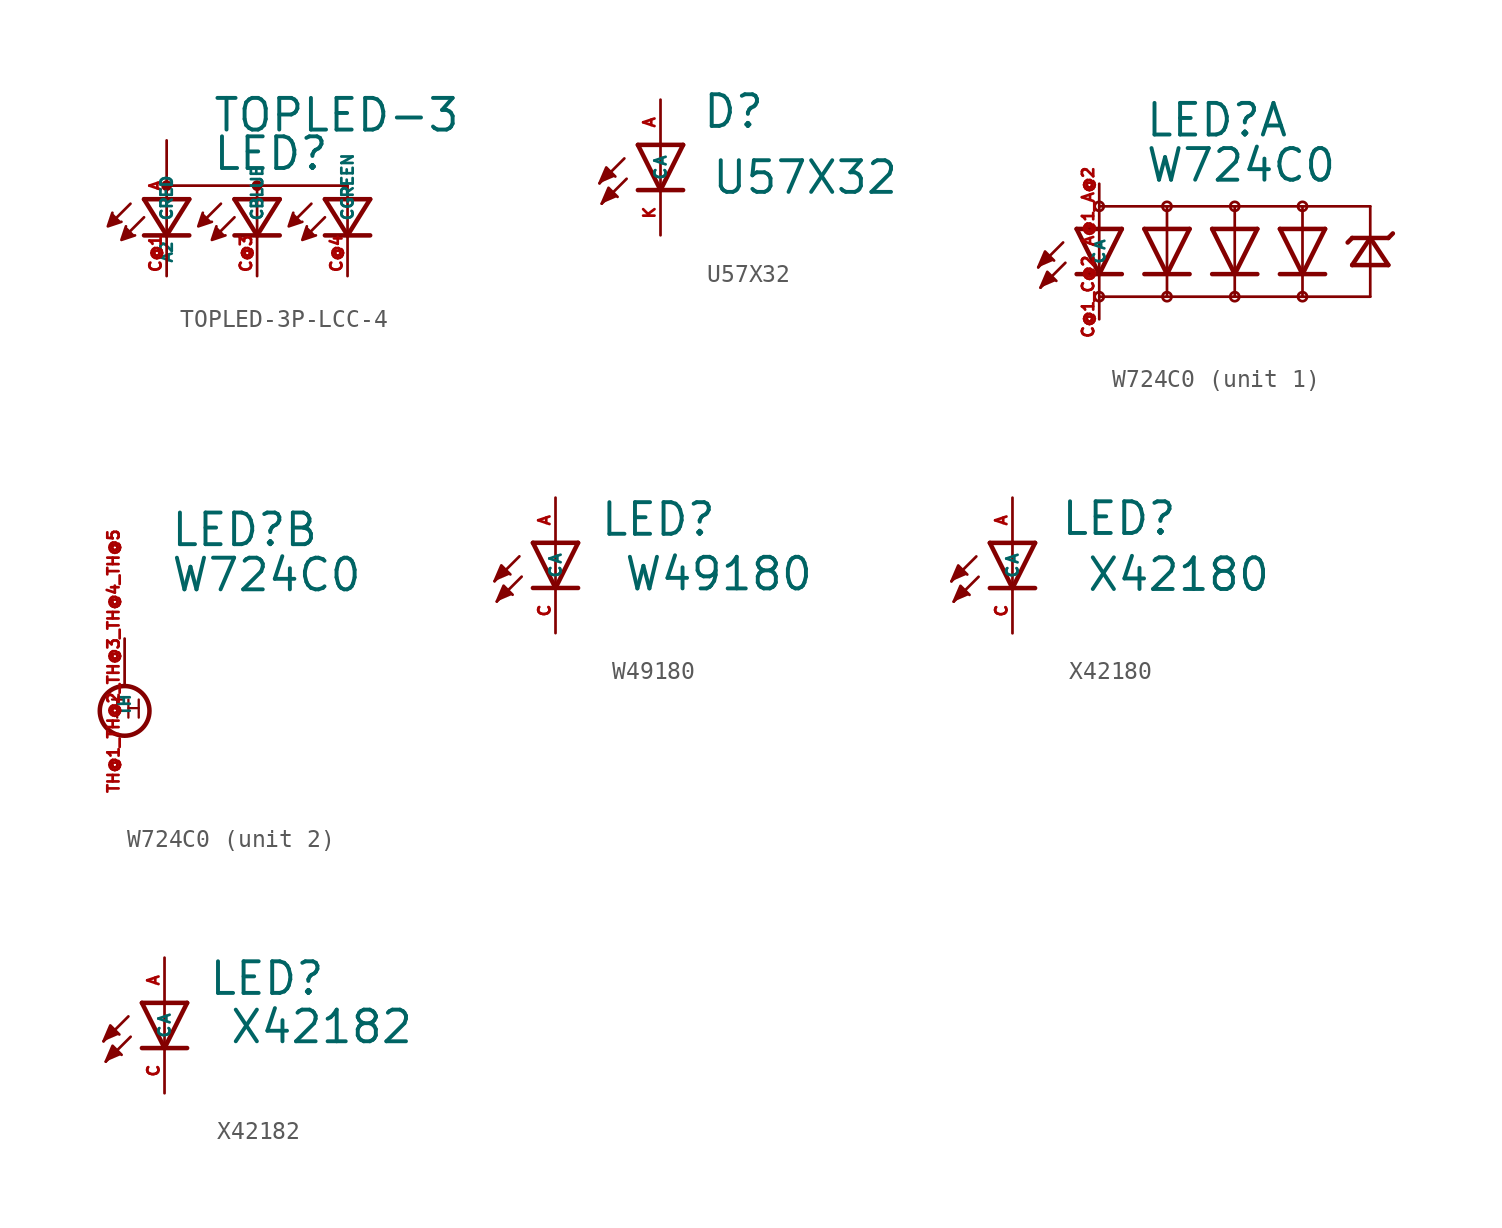
<source format=kicad_sym>
(kicad_symbol_lib
  (version 20220914)
  (generator kicad_symbol_editor)
  (symbol "TOPLED-3P-LCC-4"
    (property "Reference" "LED"
      (at -2.54 3.302 0)
      (effects (font (size 1.778 1.778) (thickness 0.22)) (justify left bottom)))
    (property "Value" "TOPLED-3"
      (at -2.54 5.461 0)
      (effects (font (size 1.778 1.778) (thickness 0.22)) (justify left bottom)))
    (symbol "TOPLED-3P-LCC-4_1_1"
      (circle (center -5.08 2.54) (radius 0.18) (stroke (width 0.254) (type default)) (fill (type none)))
      (polyline (pts (xy -7.112 1.524) (xy -8.001 0.635)) (stroke (width 0.152) (type default)) (fill (type none)))
      (polyline (pts (xy -6.35 0.762) (xy -7.239 -0.127)) (stroke (width 0.152) (type default)) (fill (type none)))
      (polyline (pts (xy -5.08 -0.254) (xy -6.35 -0.254)) (stroke (width 0.254) (type default)) (fill (type none)))
      (polyline (pts (xy -5.08 -0.254) (xy -6.35 1.778)) (stroke (width 0.254) (type default)) (fill (type none)))
      (polyline (pts (xy -5.08 2.54) (xy 0 2.54)) (stroke (width 0.152) (type default)) (fill (type none)))
      (polyline (pts (xy -3.81 -0.254) (xy -5.08 -0.254)) (stroke (width 0.254) (type default)) (fill (type none)))
      (polyline (pts (xy -3.81 1.778) (xy -6.35 1.778)) (stroke (width 0.254) (type default)) (fill (type none)))
      (polyline (pts (xy -3.81 1.778) (xy -5.08 -0.254)) (stroke (width 0.254) (type default)) (fill (type none)))
      (polyline (pts (xy -2.032 1.524) (xy -2.921 0.635)) (stroke (width 0.152) (type default)) (fill (type none)))
      (polyline (pts (xy -1.27 0.762) (xy -2.159 -0.127)) (stroke (width 0.152) (type default)) (fill (type none)))
      (polyline (pts (xy 0 -0.254) (xy -1.27 -0.254)) (stroke (width 0.254) (type default)) (fill (type none)))
      (polyline (pts (xy 0 -0.254) (xy -1.27 1.778)) (stroke (width 0.254) (type default)) (fill (type none)))
      (polyline (pts (xy 0 2.54) (xy 0 0)) (stroke (width 0.152) (type default)) (fill (type none)))
      (polyline (pts (xy 0 2.54) (xy 5.08 2.54)) (stroke (width 0.152) (type default)) (fill (type none)))
      (polyline (pts (xy 1.27 -0.254) (xy 0 -0.254)) (stroke (width 0.254) (type default)) (fill (type none)))
      (polyline (pts (xy 1.27 1.778) (xy -1.27 1.778)) (stroke (width 0.254) (type default)) (fill (type none)))
      (polyline (pts (xy 1.27 1.778) (xy 0 -0.254)) (stroke (width 0.254) (type default)) (fill (type none)))
      (polyline (pts (xy 3.048 1.524) (xy 2.159 0.635)) (stroke (width 0.152) (type default)) (fill (type none)))
      (polyline (pts (xy 3.81 0.762) (xy 2.921 -0.127)) (stroke (width 0.152) (type default)) (fill (type none)))
      (polyline (pts (xy 5.08 -0.254) (xy 3.81 -0.254)) (stroke (width 0.254) (type default)) (fill (type none)))
      (polyline (pts (xy 5.08 -0.254) (xy 3.81 1.778)) (stroke (width 0.254) (type default)) (fill (type none)))
      (polyline (pts (xy 5.08 2.54) (xy 5.08 0)) (stroke (width 0.152) (type default)) (fill (type none)))
      (polyline (pts (xy 6.35 -0.254) (xy 5.08 -0.254)) (stroke (width 0.254) (type default)) (fill (type none)))
      (polyline (pts (xy 6.35 1.778) (xy 3.81 1.778)) (stroke (width 0.254) (type default)) (fill (type none)))
      (polyline (pts (xy 6.35 1.778) (xy 5.08 -0.254)) (stroke (width 0.254) (type default)) (fill (type none)))
      (polyline (pts (xy -8.128 1.016) (xy -8.382 0.254) (xy -7.62 0.508)) (stroke (width 0.152) (type default)) (fill (type outline)))
      (polyline (pts (xy -7.366 0.254) (xy -7.62 -0.508) (xy -6.858 -0.254)) (stroke (width 0.152) (type default)) (fill (type outline)))
      (polyline (pts (xy -3.048 1.016) (xy -3.302 0.254) (xy -2.54 0.508)) (stroke (width 0.152) (type default)) (fill (type outline)))
      (polyline (pts (xy -2.286 0.254) (xy -2.54 -0.508) (xy -1.778 -0.254)) (stroke (width 0.152) (type default)) (fill (type outline)))
      (polyline (pts (xy 2.032 1.016) (xy 1.778 0.254) (xy 2.54 0.508)) (stroke (width 0.152) (type default)) (fill (type outline)))
      (polyline (pts (xy 2.794 0.254) (xy 2.54 -0.508) (xy 3.302 -0.254)) (stroke (width 0.152) (type default)) (fill (type outline)))
      (circle (center 0 2.54) (radius 0.18) (stroke (width 0.254) (type default)) (fill (type none)))
      (pin passive line (at -5.08 5.08 270) (length 5.08) (name "A2" (effects (font (size 0.635 0.635)))) (number "A" (effects (font (size 0.635 0.635)))))
      (pin passive line (at -5.08 -2.54 90) (length 2.54) (name "CRED" (effects (font (size 0.635 0.635)))) (number "C@1" (effects (font (size 0.635 0.635)))))
      (pin passive line (at 0 -2.54 90) (length 2.54) (name "CBLUE" (effects (font (size 0.635 0.635)))) (number "C@3" (effects (font (size 0.635 0.635)))))
      (pin passive line (at 5.08 -2.54 90) (length 2.54) (name "CGREEN" (effects (font (size 0.635 0.635)))) (number "C@4" (effects (font (size 0.635 0.635)))))))
  (symbol "U57X32"
    (property "Reference" "D"
      (at 2.311 0.838 0)
      (effects (font (size 1.778 1.778) (thickness 0.22)) (justify left bottom)))
    (property "Value" "U57X32"
      (at 2.819 -2.87 0)
      (effects (font (size 1.778 1.778) (thickness 0.22)) (justify left bottom)))
    (symbol "U57X32_1_1"
      (polyline (pts (xy -2.032 -0.762) (xy -3.429 -2.159)) (stroke (width 0.152) (type default)) (fill (type none)))
      (polyline (pts (xy -1.905 -1.905) (xy -3.302 -3.302)) (stroke (width 0.152) (type default)) (fill (type none)))
      (polyline (pts (xy 0 -2.54) (xy -1.27 -2.54)) (stroke (width 0.254) (type default)) (fill (type none)))
      (polyline (pts (xy 0 -2.54) (xy -1.27 0)) (stroke (width 0.254) (type default)) (fill (type none)))
      (polyline (pts (xy 0 0) (xy -1.27 0)) (stroke (width 0.254) (type default)) (fill (type none)))
      (polyline (pts (xy 0 0) (xy 0 -2.54)) (stroke (width 0.152) (type default)) (fill (type none)))
      (polyline (pts (xy 1.27 -2.54) (xy 0 -2.54)) (stroke (width 0.254) (type default)) (fill (type none)))
      (polyline (pts (xy 1.27 0) (xy 0 -2.54)) (stroke (width 0.254) (type default)) (fill (type none)))
      (polyline (pts (xy 1.27 0) (xy 0 0)) (stroke (width 0.254) (type default)) (fill (type none)))
      (polyline (pts (xy -3.429 -2.159) (xy -3.048 -1.27) (xy -2.54 -1.778)) (stroke (width 0.152) (type default)) (fill (type outline)))
      (polyline (pts (xy -3.302 -3.302) (xy -2.921 -2.413) (xy -2.413 -2.921)) (stroke (width 0.152) (type default)) (fill (type outline)))
      (pin passive line (at 0 2.54 270) (length 2.54) (name "A" (effects (font (size 0.635 0.635)))) (number "A" (effects (font (size 0.635 0.635)))))
      (pin passive line (at 0 -5.08 90) (length 2.54) (name "C" (effects (font (size 0.635 0.635)))) (number "K" (effects (font (size 0.635 0.635)))))))
  (symbol "W724C0"
    (property "Reference" "LED"
      (at 2.54 7.62 0)
      (effects (font (size 1.778 1.778) (thickness 0.22)) (justify left bottom)))
    (property "Value" "W724C0"
      (at 2.54 5.08 0)
      (effects (font (size 1.778 1.778) (thickness 0.22)) (justify left bottom)))
    (symbol "W724C0_1_0"
      (circle (center 0 -1.27) (radius 0.254) (stroke (width 0) (type default)) (fill (type none)))
      (polyline (pts (xy -2.032 1.778) (xy -3.429 0.381)) (stroke (width 0.152) (type default)) (fill (type none)))
      (polyline (pts (xy -1.905 0.635) (xy -3.302 -0.762)) (stroke (width 0.152) (type default)) (fill (type none)))
      (polyline (pts (xy 0 -1.27) (xy 3.81 -1.27)) (stroke (width 0.152) (type default)) (fill (type none)))
      (polyline (pts (xy 0 0) (xy -1.27 0)) (stroke (width 0.254) (type default)) (fill (type none)))
      (polyline (pts (xy 0 0) (xy -1.27 2.54)) (stroke (width 0.254) (type default)) (fill (type none)))
      (polyline (pts (xy 0 2.54) (xy -1.27 2.54)) (stroke (width 0.254) (type default)) (fill (type none)))
      (polyline (pts (xy 0 2.54) (xy 0 0)) (stroke (width 0.152) (type default)) (fill (type none)))
      (polyline (pts (xy 0 3.81) (xy 3.81 3.81)) (stroke (width 0.152) (type default)) (fill (type none)))
      (polyline (pts (xy 1.27 0) (xy 0 0)) (stroke (width 0.254) (type default)) (fill (type none)))
      (polyline (pts (xy 1.27 2.54) (xy 0 0)) (stroke (width 0.254) (type default)) (fill (type none)))
      (polyline (pts (xy 1.27 2.54) (xy 0 2.54)) (stroke (width 0.254) (type default)) (fill (type none)))
      (polyline (pts (xy 3.81 -1.27) (xy 7.62 -1.27)) (stroke (width 0.152) (type default)) (fill (type none)))
      (polyline (pts (xy 3.81 0) (xy 2.54 0)) (stroke (width 0.254) (type default)) (fill (type none)))
      (polyline (pts (xy 3.81 0) (xy 2.54 2.54)) (stroke (width 0.254) (type default)) (fill (type none)))
      (polyline (pts (xy 3.81 0) (xy 3.81 -1.27)) (stroke (width 0.152) (type default)) (fill (type none)))
      (polyline (pts (xy 3.81 2.54) (xy 2.54 2.54)) (stroke (width 0.254) (type default)) (fill (type none)))
      (polyline (pts (xy 3.81 2.54) (xy 3.81 0)) (stroke (width 0.152) (type default)) (fill (type none)))
      (polyline (pts (xy 3.81 3.81) (xy 3.81 2.54)) (stroke (width 0.152) (type default)) (fill (type none)))
      (polyline (pts (xy 3.81 3.81) (xy 7.62 3.81)) (stroke (width 0.152) (type default)) (fill (type none)))
      (polyline (pts (xy 5.08 0) (xy 3.81 0)) (stroke (width 0.254) (type default)) (fill (type none)))
      (polyline (pts (xy 5.08 2.54) (xy 3.81 0)) (stroke (width 0.254) (type default)) (fill (type none)))
      (polyline (pts (xy 5.08 2.54) (xy 3.81 2.54)) (stroke (width 0.254) (type default)) (fill (type none)))
      (polyline (pts (xy 7.62 -1.27) (xy 11.43 -1.27)) (stroke (width 0.152) (type default)) (fill (type none)))
      (polyline (pts (xy 7.62 0) (xy 6.35 0)) (stroke (width 0.254) (type default)) (fill (type none)))
      (polyline (pts (xy 7.62 0) (xy 6.35 2.54)) (stroke (width 0.254) (type default)) (fill (type none)))
      (polyline (pts (xy 7.62 0) (xy 7.62 -1.27)) (stroke (width 0.152) (type default)) (fill (type none)))
      (polyline (pts (xy 7.62 2.54) (xy 6.35 2.54)) (stroke (width 0.254) (type default)) (fill (type none)))
      (polyline (pts (xy 7.62 2.54) (xy 7.62 0)) (stroke (width 0.152) (type default)) (fill (type none)))
      (polyline (pts (xy 7.62 3.81) (xy 7.62 2.54)) (stroke (width 0.152) (type default)) (fill (type none)))
      (polyline (pts (xy 7.62 3.81) (xy 11.43 3.81)) (stroke (width 0.152) (type default)) (fill (type none)))
      (polyline (pts (xy 8.89 0) (xy 7.62 0)) (stroke (width 0.254) (type default)) (fill (type none)))
      (polyline (pts (xy 8.89 2.54) (xy 7.62 0)) (stroke (width 0.254) (type default)) (fill (type none)))
      (polyline (pts (xy 8.89 2.54) (xy 7.62 2.54)) (stroke (width 0.254) (type default)) (fill (type none)))
      (polyline (pts (xy 11.43 -1.27) (xy 11.43 0)) (stroke (width 0.152) (type default)) (fill (type none)))
      (polyline (pts (xy 11.43 -1.27) (xy 15.24 -1.27)) (stroke (width 0.152) (type default)) (fill (type none)))
      (polyline (pts (xy 11.43 0) (xy 10.16 0)) (stroke (width 0.254) (type default)) (fill (type none)))
      (polyline (pts (xy 11.43 0) (xy 10.16 2.54)) (stroke (width 0.254) (type default)) (fill (type none)))
      (polyline (pts (xy 11.43 2.54) (xy 10.16 2.54)) (stroke (width 0.254) (type default)) (fill (type none)))
      (polyline (pts (xy 11.43 2.54) (xy 11.43 0)) (stroke (width 0.152) (type default)) (fill (type none)))
      (polyline (pts (xy 11.43 3.81) (xy 11.43 2.54)) (stroke (width 0.152) (type default)) (fill (type none)))
      (polyline (pts (xy 11.43 3.81) (xy 15.24 3.81)) (stroke (width 0.152) (type default)) (fill (type none)))
      (polyline (pts (xy 12.7 0) (xy 11.43 0)) (stroke (width 0.254) (type default)) (fill (type none)))
      (polyline (pts (xy 12.7 2.54) (xy 11.43 0)) (stroke (width 0.254) (type default)) (fill (type none)))
      (polyline (pts (xy 12.7 2.54) (xy 11.43 2.54)) (stroke (width 0.254) (type default)) (fill (type none)))
      (polyline (pts (xy 13.97 1.778) (xy 14.224 2.032)) (stroke (width 0.254) (type default)) (fill (type none)))
      (polyline (pts (xy 14.224 0.508) (xy 15.24 0.508)) (stroke (width 0.254) (type default)) (fill (type none)))
      (polyline (pts (xy 14.224 0.508) (xy 15.24 2.032)) (stroke (width 0.254) (type default)) (fill (type none)))
      (polyline (pts (xy 14.224 2.032) (xy 15.24 2.032)) (stroke (width 0.254) (type default)) (fill (type none)))
      (polyline (pts (xy 15.24 -1.27) (xy 15.24 0.508)) (stroke (width 0.152) (type default)) (fill (type none)))
      (polyline (pts (xy 15.24 0.508) (xy 15.24 2.032)) (stroke (width 0.152) (type default)) (fill (type none)))
      (polyline (pts (xy 15.24 0.508) (xy 16.256 0.508)) (stroke (width 0.254) (type default)) (fill (type none)))
      (polyline (pts (xy 15.24 2.032) (xy 16.256 0.508)) (stroke (width 0.254) (type default)) (fill (type none)))
      (polyline (pts (xy 15.24 2.032) (xy 16.256 2.032)) (stroke (width 0.254) (type default)) (fill (type none)))
      (polyline (pts (xy 15.24 3.81) (xy 15.24 2.032)) (stroke (width 0.152) (type default)) (fill (type none)))
      (polyline (pts (xy 16.256 2.032) (xy 16.51 2.286)) (stroke (width 0.254) (type default)) (fill (type none)))
      (polyline (pts (xy -3.429 0.381) (xy -3.048 1.27) (xy -2.54 0.762)) (stroke (width 0.152) (type default)) (fill (type outline)))
      (polyline (pts (xy -3.302 -0.762) (xy -2.921 0.127) (xy -2.413 -0.381)) (stroke (width 0.152) (type default)) (fill (type outline)))
      (circle (center 0 3.81) (radius 0.254) (stroke (width 0) (type default)) (fill (type none)))
      (circle (center 3.81 -1.27) (radius 0.254) (stroke (width 0) (type default)) (fill (type none)))
      (circle (center 3.81 3.81) (radius 0.254) (stroke (width 0) (type default)) (fill (type none)))
      (circle (center 7.62 -1.27) (radius 0.254) (stroke (width 0) (type default)) (fill (type none)))
      (circle (center 7.62 3.81) (radius 0.254) (stroke (width 0) (type default)) (fill (type none)))
      (circle (center 11.43 -1.27) (radius 0.254) (stroke (width 0) (type default)) (fill (type none)))
      (circle (center 11.43 3.81) (radius 0.254) (stroke (width 0) (type default)) (fill (type none)))
      (pin passive line (at 0 5.08 270) (length 2.54) (name "A" (effects (font (size 0.635 0.635)))) (number "A@1_A@2" (effects (font (size 0.635 0.635)))))
      (pin passive line (at 0 -2.54 90) (length 2.54) (name "C" (effects (font (size 0.635 0.635)))) (number "C@1_C@2" (effects (font (size 0.635 0.635))))))
    (symbol "W724C0_2_0"
      (circle (center 0 -1.524) (radius 1.397) (stroke (width 0.254) (type default)) (fill (type none)))
      (text "TH" (at -0.889 -2.032 0) (effects (font (size 1.016 1.016) (thickness 0.13)) (justify left bottom)))
      (pin passive line (at 0 2.54 270) (length 2.54) (name "TH" (effects (font (size 0.635 0.635)))) (number "TH@1_TH@2_TH@3_TH@4_TH@5" (effects (font (size 0.635 0.635)))))))
  (symbol "W49180"
    (property "Reference" "LED"
      (at 2.464 0.279 0)
      (effects (font (size 1.778 1.778) (thickness 0.22)) (justify left bottom)))
    (property "Value" "W49180"
      (at 3.785 -2.794 0)
      (effects (font (size 1.778 1.778) (thickness 0.22)) (justify left bottom)))
    (symbol "W49180_1_1"
      (polyline (pts (xy -2.032 -0.762) (xy -3.429 -2.159)) (stroke (width 0.152) (type default)) (fill (type none)))
      (polyline (pts (xy -1.905 -1.905) (xy -3.302 -3.302)) (stroke (width 0.152) (type default)) (fill (type none)))
      (polyline (pts (xy 0 -2.54) (xy -1.27 -2.54)) (stroke (width 0.254) (type default)) (fill (type none)))
      (polyline (pts (xy 0 -2.54) (xy -1.27 0)) (stroke (width 0.254) (type default)) (fill (type none)))
      (polyline (pts (xy 0 0) (xy -1.27 0)) (stroke (width 0.254) (type default)) (fill (type none)))
      (polyline (pts (xy 0 0) (xy 0 -2.54)) (stroke (width 0.152) (type default)) (fill (type none)))
      (polyline (pts (xy 1.27 -2.54) (xy 0 -2.54)) (stroke (width 0.254) (type default)) (fill (type none)))
      (polyline (pts (xy 1.27 0) (xy 0 -2.54)) (stroke (width 0.254) (type default)) (fill (type none)))
      (polyline (pts (xy 1.27 0) (xy 0 0)) (stroke (width 0.254) (type default)) (fill (type none)))
      (polyline (pts (xy -3.429 -2.159) (xy -3.048 -1.27) (xy -2.54 -1.778)) (stroke (width 0.152) (type default)) (fill (type outline)))
      (polyline (pts (xy -3.302 -3.302) (xy -2.921 -2.413) (xy -2.413 -2.921)) (stroke (width 0.152) (type default)) (fill (type outline)))
      (pin passive line (at 0 2.54 270) (length 2.54) (name "A" (effects (font (size 0.635 0.635)))) (number "A" (effects (font (size 0.635 0.635)))))
      (pin passive line (at 0 -5.08 90) (length 2.54) (name "C" (effects (font (size 0.635 0.635)))) (number "C" (effects (font (size 0.635 0.635)))))))
  (symbol "X42180"
    (property "Reference" "LED"
      (at 2.667 0.33 0)
      (effects (font (size 1.778 1.778) (thickness 0.22)) (justify left bottom)))
    (property "Value" "X42180"
      (at 4.115 -2.819 0)
      (effects (font (size 1.778 1.778) (thickness 0.22)) (justify left bottom)))
    (symbol "X42180_1_1"
      (polyline (pts (xy -2.032 -0.762) (xy -3.429 -2.159)) (stroke (width 0.152) (type default)) (fill (type none)))
      (polyline (pts (xy -1.905 -1.905) (xy -3.302 -3.302)) (stroke (width 0.152) (type default)) (fill (type none)))
      (polyline (pts (xy 0 -2.54) (xy -1.27 -2.54)) (stroke (width 0.254) (type default)) (fill (type none)))
      (polyline (pts (xy 0 -2.54) (xy -1.27 0)) (stroke (width 0.254) (type default)) (fill (type none)))
      (polyline (pts (xy 0 0) (xy -1.27 0)) (stroke (width 0.254) (type default)) (fill (type none)))
      (polyline (pts (xy 0 0) (xy 0 -2.54)) (stroke (width 0.152) (type default)) (fill (type none)))
      (polyline (pts (xy 1.27 -2.54) (xy 0 -2.54)) (stroke (width 0.254) (type default)) (fill (type none)))
      (polyline (pts (xy 1.27 0) (xy 0 -2.54)) (stroke (width 0.254) (type default)) (fill (type none)))
      (polyline (pts (xy 1.27 0) (xy 0 0)) (stroke (width 0.254) (type default)) (fill (type none)))
      (polyline (pts (xy -3.429 -2.159) (xy -3.048 -1.27) (xy -2.54 -1.778)) (stroke (width 0.152) (type default)) (fill (type outline)))
      (polyline (pts (xy -3.302 -3.302) (xy -2.921 -2.413) (xy -2.413 -2.921)) (stroke (width 0.152) (type default)) (fill (type outline)))
      (pin passive line (at 0 2.54 270) (length 2.54) (name "A" (effects (font (size 0.635 0.635)))) (number "A" (effects (font (size 0.635 0.635)))))
      (pin passive line (at 0 -5.08 90) (length 2.54) (name "C" (effects (font (size 0.635 0.635)))) (number "C" (effects (font (size 0.635 0.635)))))))
  (symbol "X42182"
    (property "Reference" "LED"
      (at 2.438 0.33 0)
      (effects (font (size 1.778 1.778) (thickness 0.22)) (justify left bottom)))
    (property "Value" "X42182"
      (at 3.607 -2.388 0)
      (effects (font (size 1.778 1.778) (thickness 0.22)) (justify left bottom)))
    (symbol "X42182_1_1"
      (polyline (pts (xy -2.032 -0.762) (xy -3.429 -2.159)) (stroke (width 0.152) (type default)) (fill (type none)))
      (polyline (pts (xy -1.905 -1.905) (xy -3.302 -3.302)) (stroke (width 0.152) (type default)) (fill (type none)))
      (polyline (pts (xy 0 -2.54) (xy -1.27 -2.54)) (stroke (width 0.254) (type default)) (fill (type none)))
      (polyline (pts (xy 0 -2.54) (xy -1.27 0)) (stroke (width 0.254) (type default)) (fill (type none)))
      (polyline (pts (xy 0 0) (xy -1.27 0)) (stroke (width 0.254) (type default)) (fill (type none)))
      (polyline (pts (xy 0 0) (xy 0 -2.54)) (stroke (width 0.152) (type default)) (fill (type none)))
      (polyline (pts (xy 1.27 -2.54) (xy 0 -2.54)) (stroke (width 0.254) (type default)) (fill (type none)))
      (polyline (pts (xy 1.27 0) (xy 0 -2.54)) (stroke (width 0.254) (type default)) (fill (type none)))
      (polyline (pts (xy 1.27 0) (xy 0 0)) (stroke (width 0.254) (type default)) (fill (type none)))
      (polyline (pts (xy -3.429 -2.159) (xy -3.048 -1.27) (xy -2.54 -1.778)) (stroke (width 0.152) (type default)) (fill (type outline)))
      (polyline (pts (xy -3.302 -3.302) (xy -2.921 -2.413) (xy -2.413 -2.921)) (stroke (width 0.152) (type default)) (fill (type outline)))
      (pin passive line (at 0 2.54 270) (length 2.54) (name "A" (effects (font (size 0.635 0.635)))) (number "A" (effects (font (size 0.635 0.635)))))
      (pin passive line (at 0 -5.08 90) (length 2.54) (name "C" (effects (font (size 0.635 0.635)))) (number "C" (effects (font (size 0.635 0.635))))))))
</source>
